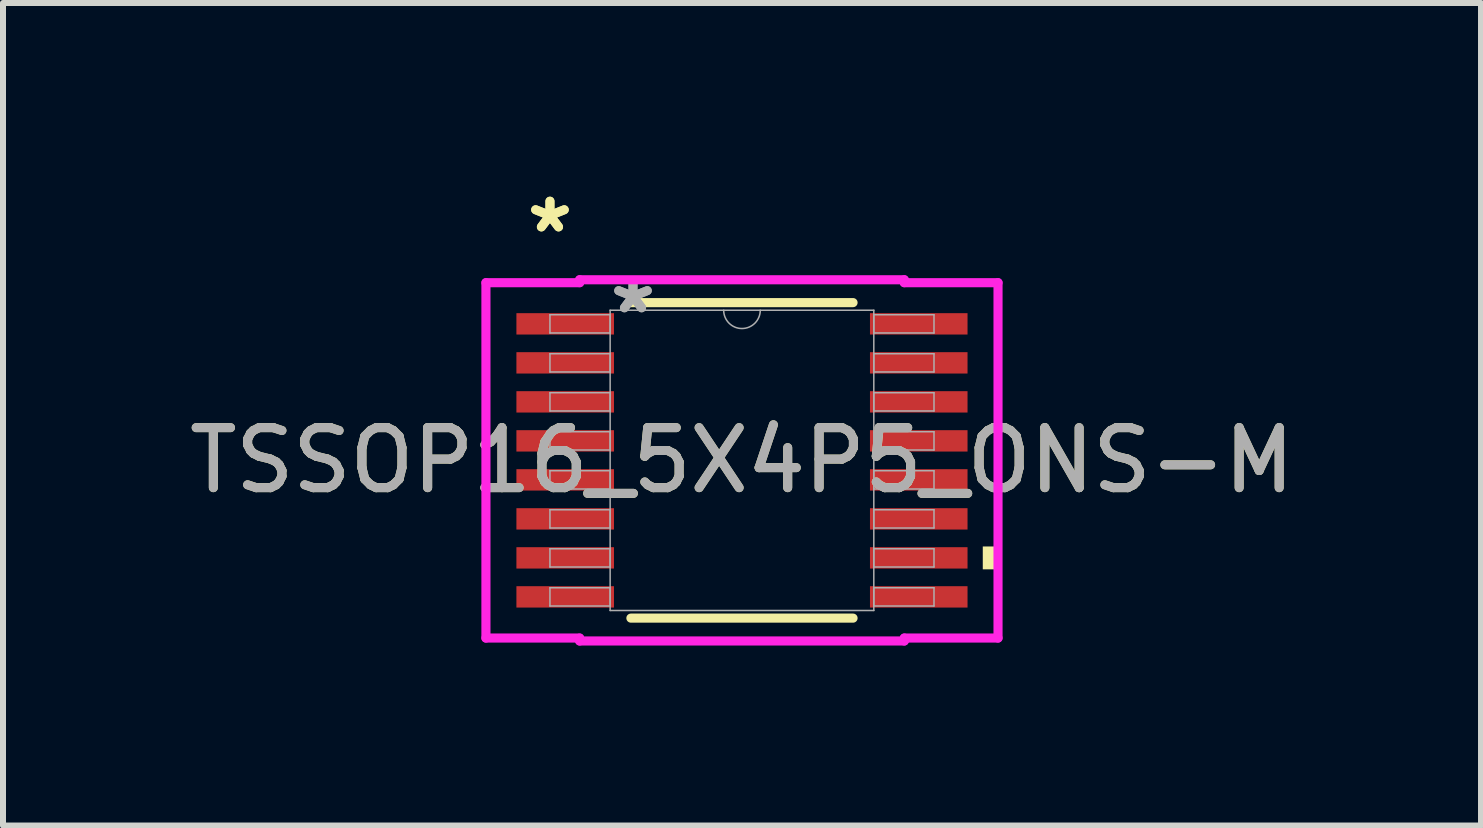
<source format=kicad_pcb>
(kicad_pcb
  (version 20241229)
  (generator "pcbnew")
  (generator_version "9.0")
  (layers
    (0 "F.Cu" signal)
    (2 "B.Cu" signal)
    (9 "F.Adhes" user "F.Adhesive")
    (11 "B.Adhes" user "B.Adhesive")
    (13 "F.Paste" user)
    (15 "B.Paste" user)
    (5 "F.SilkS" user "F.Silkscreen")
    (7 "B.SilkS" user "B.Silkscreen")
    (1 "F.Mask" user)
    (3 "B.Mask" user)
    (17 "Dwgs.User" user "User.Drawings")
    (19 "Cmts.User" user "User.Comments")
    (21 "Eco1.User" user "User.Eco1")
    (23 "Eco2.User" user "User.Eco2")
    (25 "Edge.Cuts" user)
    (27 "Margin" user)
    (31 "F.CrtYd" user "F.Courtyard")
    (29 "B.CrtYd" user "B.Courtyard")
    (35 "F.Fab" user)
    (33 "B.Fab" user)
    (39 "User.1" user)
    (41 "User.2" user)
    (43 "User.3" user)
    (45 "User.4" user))
  (footprint "TSSOP16_5X4P5_ONS-M"
    (layer "F.Cu")
    (at 9.315 4.622)
    (property "Reference" "TSSOP16_5X4P5_ONS-M" (at 0 0 0) (unlocked yes) (layer "F.SilkS") (effects (font (size 1 1) (thickness 0.15))))
    (attr smd)
    (fp_line (start -1.851 2.629) (end 1.851 2.629) (stroke (width 0.152) (type solid)) (layer "F.SilkS"))
    (fp_line (start 1.851 -2.629) (end -1.851 -2.629) (stroke (width 0.152) (type solid)) (layer "F.SilkS"))
    (fp_poly (pts (xy 4.267 1.435) (xy 4.267 1.816) (xy 4.013 1.816) (xy 4.013 1.435)) (stroke (width 0) (type solid)) (fill yes) (layer "F.SilkS"))
    (fp_line (start -4.267 -2.961) (end -2.705 -2.961) (stroke (width 0.152) (type solid)) (layer "F.CrtYd"))
    (fp_line (start -4.267 2.961) (end -4.267 -2.961) (stroke (width 0.152) (type solid)) (layer "F.CrtYd"))
    (fp_line (start -4.267 2.961) (end -2.705 2.961) (stroke (width 0.152) (type solid)) (layer "F.CrtYd"))
    (fp_line (start -2.705 -3.01) (end 2.705 -3.01) (stroke (width 0.152) (type solid)) (layer "F.CrtYd"))
    (fp_line (start -2.705 -2.961) (end -2.705 -3.01) (stroke (width 0.152) (type solid)) (layer "F.CrtYd"))
    (fp_line (start -2.705 3.01) (end -2.705 2.961) (stroke (width 0.152) (type solid)) (layer "F.CrtYd"))
    (fp_line (start 2.705 -3.01) (end 2.705 -2.961) (stroke (width 0.152) (type solid)) (layer "F.CrtYd"))
    (fp_line (start 2.705 2.961) (end 2.705 3.01) (stroke (width 0.152) (type solid)) (layer "F.CrtYd"))
    (fp_line (start 2.705 3.01) (end -2.705 3.01) (stroke (width 0.152) (type solid)) (layer "F.CrtYd"))
    (fp_line (start 4.267 -2.961) (end 2.705 -2.961) (stroke (width 0.152) (type solid)) (layer "F.CrtYd"))
    (fp_line (start 4.267 -2.961) (end 4.267 2.961) (stroke (width 0.152) (type solid)) (layer "F.CrtYd"))
    (fp_line (start 4.267 2.961) (end 2.705 2.961) (stroke (width 0.152) (type solid)) (layer "F.CrtYd"))
    (fp_line (start -3.2 -2.427) (end -3.2 -2.123) (stroke (width 0.025) (type solid)) (layer "F.Fab"))
    (fp_line (start -3.2 -2.123) (end -2.197 -2.123) (stroke (width 0.025) (type solid)) (layer "F.Fab"))
    (fp_line (start -3.2 -1.777) (end -3.2 -1.473) (stroke (width 0.025) (type solid)) (layer "F.Fab"))
    (fp_line (start -3.2 -1.473) (end -2.197 -1.473) (stroke (width 0.025) (type solid)) (layer "F.Fab"))
    (fp_line (start -3.2 -1.127) (end -3.2 -0.823) (stroke (width 0.025) (type solid)) (layer "F.Fab"))
    (fp_line (start -3.2 -0.823) (end -2.197 -0.823) (stroke (width 0.025) (type solid)) (layer "F.Fab"))
    (fp_line (start -3.2 -0.477) (end -3.2 -0.173) (stroke (width 0.025) (type solid)) (layer "F.Fab"))
    (fp_line (start -3.2 -0.173) (end -2.197 -0.173) (stroke (width 0.025) (type solid)) (layer "F.Fab"))
    (fp_line (start -3.2 0.173) (end -3.2 0.477) (stroke (width 0.025) (type solid)) (layer "F.Fab"))
    (fp_line (start -3.2 0.477) (end -2.197 0.477) (stroke (width 0.025) (type solid)) (layer "F.Fab"))
    (fp_line (start -3.2 0.823) (end -3.2 1.127) (stroke (width 0.025) (type solid)) (layer "F.Fab"))
    (fp_line (start -3.2 1.127) (end -2.197 1.127) (stroke (width 0.025) (type solid)) (layer "F.Fab"))
    (fp_line (start -3.2 1.473) (end -3.2 1.777) (stroke (width 0.025) (type solid)) (layer "F.Fab"))
    (fp_line (start -3.2 1.777) (end -2.197 1.777) (stroke (width 0.025) (type solid)) (layer "F.Fab"))
    (fp_line (start -3.2 2.123) (end -3.2 2.427) (stroke (width 0.025) (type solid)) (layer "F.Fab"))
    (fp_line (start -3.2 2.427) (end -2.197 2.427) (stroke (width 0.025) (type solid)) (layer "F.Fab"))
    (fp_line (start -2.197 -2.502) (end -2.197 2.502) (stroke (width 0.025) (type solid)) (layer "F.Fab"))
    (fp_line (start -2.197 -2.427) (end -3.2 -2.427) (stroke (width 0.025) (type solid)) (layer "F.Fab"))
    (fp_line (start -2.197 -2.123) (end -2.197 -2.427) (stroke (width 0.025) (type solid)) (layer "F.Fab"))
    (fp_line (start -2.197 -1.777) (end -3.2 -1.777) (stroke (width 0.025) (type solid)) (layer "F.Fab"))
    (fp_line (start -2.197 -1.473) (end -2.197 -1.777) (stroke (width 0.025) (type solid)) (layer "F.Fab"))
    (fp_line (start -2.197 -1.127) (end -3.2 -1.127) (stroke (width 0.025) (type solid)) (layer "F.Fab"))
    (fp_line (start -2.197 -0.823) (end -2.197 -1.127) (stroke (width 0.025) (type solid)) (layer "F.Fab"))
    (fp_line (start -2.197 -0.477) (end -3.2 -0.477) (stroke (width 0.025) (type solid)) (layer "F.Fab"))
    (fp_line (start -2.197 -0.173) (end -2.197 -0.477) (stroke (width 0.025) (type solid)) (layer "F.Fab"))
    (fp_line (start -2.197 0.173) (end -3.2 0.173) (stroke (width 0.025) (type solid)) (layer "F.Fab"))
    (fp_line (start -2.197 0.477) (end -2.197 0.173) (stroke (width 0.025) (type solid)) (layer "F.Fab"))
    (fp_line (start -2.197 0.823) (end -3.2 0.823) (stroke (width 0.025) (type solid)) (layer "F.Fab"))
    (fp_line (start -2.197 1.127) (end -2.197 0.823) (stroke (width 0.025) (type solid)) (layer "F.Fab"))
    (fp_line (start -2.197 1.473) (end -3.2 1.473) (stroke (width 0.025) (type solid)) (layer "F.Fab"))
    (fp_line (start -2.197 1.777) (end -2.197 1.473) (stroke (width 0.025) (type solid)) (layer "F.Fab"))
    (fp_line (start -2.197 2.123) (end -3.2 2.123) (stroke (width 0.025) (type solid)) (layer "F.Fab"))
    (fp_line (start -2.197 2.427) (end -2.197 2.123) (stroke (width 0.025) (type solid)) (layer "F.Fab"))
    (fp_line (start -2.197 2.502) (end 2.197 2.502) (stroke (width 0.025) (type solid)) (layer "F.Fab"))
    (fp_line (start 2.197 -2.502) (end -2.197 -2.502) (stroke (width 0.025) (type solid)) (layer "F.Fab"))
    (fp_line (start 2.197 -2.427) (end 2.197 -2.123) (stroke (width 0.025) (type solid)) (layer "F.Fab"))
    (fp_line (start 2.197 -2.123) (end 3.2 -2.123) (stroke (width 0.025) (type solid)) (layer "F.Fab"))
    (fp_line (start 2.197 -1.777) (end 2.197 -1.473) (stroke (width 0.025) (type solid)) (layer "F.Fab"))
    (fp_line (start 2.197 -1.473) (end 3.2 -1.473) (stroke (width 0.025) (type solid)) (layer "F.Fab"))
    (fp_line (start 2.197 -1.127) (end 2.197 -0.823) (stroke (width 0.025) (type solid)) (layer "F.Fab"))
    (fp_line (start 2.197 -0.823) (end 3.2 -0.823) (stroke (width 0.025) (type solid)) (layer "F.Fab"))
    (fp_line (start 2.197 -0.477) (end 2.197 -0.173) (stroke (width 0.025) (type solid)) (layer "F.Fab"))
    (fp_line (start 2.197 -0.173) (end 3.2 -0.173) (stroke (width 0.025) (type solid)) (layer "F.Fab"))
    (fp_line (start 2.197 0.173) (end 2.197 0.477) (stroke (width 0.025) (type solid)) (layer "F.Fab"))
    (fp_line (start 2.197 0.477) (end 3.2 0.477) (stroke (width 0.025) (type solid)) (layer "F.Fab"))
    (fp_line (start 2.197 0.823) (end 2.197 1.127) (stroke (width 0.025) (type solid)) (layer "F.Fab"))
    (fp_line (start 2.197 1.127) (end 3.2 1.127) (stroke (width 0.025) (type solid)) (layer "F.Fab"))
    (fp_line (start 2.197 1.473) (end 2.197 1.777) (stroke (width 0.025) (type solid)) (layer "F.Fab"))
    (fp_line (start 2.197 1.777) (end 3.2 1.777) (stroke (width 0.025) (type solid)) (layer "F.Fab"))
    (fp_line (start 2.197 2.123) (end 2.197 2.427) (stroke (width 0.025) (type solid)) (layer "F.Fab"))
    (fp_line (start 2.197 2.427) (end 3.2 2.427) (stroke (width 0.025) (type solid)) (layer "F.Fab"))
    (fp_line (start 2.197 2.502) (end 2.197 -2.502) (stroke (width 0.025) (type solid)) (layer "F.Fab"))
    (fp_line (start 3.2 -2.427) (end 2.197 -2.427) (stroke (width 0.025) (type solid)) (layer "F.Fab"))
    (fp_line (start 3.2 -2.123) (end 3.2 -2.427) (stroke (width 0.025) (type solid)) (layer "F.Fab"))
    (fp_line (start 3.2 -1.777) (end 2.197 -1.777) (stroke (width 0.025) (type solid)) (layer "F.Fab"))
    (fp_line (start 3.2 -1.473) (end 3.2 -1.777) (stroke (width 0.025) (type solid)) (layer "F.Fab"))
    (fp_line (start 3.2 -1.127) (end 2.197 -1.127) (stroke (width 0.025) (type solid)) (layer "F.Fab"))
    (fp_line (start 3.2 -0.823) (end 3.2 -1.127) (stroke (width 0.025) (type solid)) (layer "F.Fab"))
    (fp_line (start 3.2 -0.477) (end 2.197 -0.477) (stroke (width 0.025) (type solid)) (layer "F.Fab"))
    (fp_line (start 3.2 -0.173) (end 3.2 -0.477) (stroke (width 0.025) (type solid)) (layer "F.Fab"))
    (fp_line (start 3.2 0.173) (end 2.197 0.173) (stroke (width 0.025) (type solid)) (layer "F.Fab"))
    (fp_line (start 3.2 0.477) (end 3.2 0.173) (stroke (width 0.025) (type solid)) (layer "F.Fab"))
    (fp_line (start 3.2 0.823) (end 2.197 0.823) (stroke (width 0.025) (type solid)) (layer "F.Fab"))
    (fp_line (start 3.2 1.127) (end 3.2 0.823) (stroke (width 0.025) (type solid)) (layer "F.Fab"))
    (fp_line (start 3.2 1.473) (end 2.197 1.473) (stroke (width 0.025) (type solid)) (layer "F.Fab"))
    (fp_line (start 3.2 1.777) (end 3.2 1.473) (stroke (width 0.025) (type solid)) (layer "F.Fab"))
    (fp_line (start 3.2 2.123) (end 2.197 2.123) (stroke (width 0.025) (type solid)) (layer "F.Fab"))
    (fp_line (start 3.2 2.427) (end 3.2 2.123) (stroke (width 0.025) (type solid)) (layer "F.Fab"))
    (fp_arc (start 0.3048 -2.5019) (mid 0 -2.1971) (end -0.3048 -2.5019) (stroke (width 0.0254) (type solid)) (layer "F.Fab"))
    (fp_text user "*" (at -3.2 -3.774 0) (layer "F.SilkS") (effects (font (size 1 1) (thickness 0.15))))
    (fp_text user "*" (at -3.2 -3.774 0) (unlocked yes) (layer "F.SilkS") (effects (font (size 1 1) (thickness 0.15))))
    (fp_text user "*" (at -1.816 -2.426 0) (layer "F.Fab") (effects (font (size 1 1) (thickness 0.15))))
    (fp_text user "${REFERENCE}" (at 0 0 0) (unlocked yes) (layer "F.Fab") (effects (font (size 1 1) (thickness 0.15))))
    (fp_text user "*" (at -1.816 -2.426 0) (unlocked yes) (layer "F.Fab") (effects (font (size 1 1) (thickness 0.15))))
    (pad "1" smd rect (at -2.946 -2.275) (size 1.626 0.356) (layers "F.Cu" "F.Mask" "F.Paste"))
    (pad "2" smd rect (at -2.946 -1.625) (size 1.626 0.356) (layers "F.Cu" "F.Mask" "F.Paste"))
    (pad "3" smd rect (at -2.946 -0.975) (size 1.626 0.356) (layers "F.Cu" "F.Mask" "F.Paste"))
    (pad "4" smd rect (at -2.946 -0.325) (size 1.626 0.356) (layers "F.Cu" "F.Mask" "F.Paste"))
    (pad "5" smd rect (at -2.946 0.325) (size 1.626 0.356) (layers "F.Cu" "F.Mask" "F.Paste"))
    (pad "6" smd rect (at -2.946 0.975) (size 1.626 0.356) (layers "F.Cu" "F.Mask" "F.Paste"))
    (pad "7" smd rect (at -2.946 1.625) (size 1.626 0.356) (layers "F.Cu" "F.Mask" "F.Paste"))
    (pad "8" smd rect (at -2.946 2.275) (size 1.626 0.356) (layers "F.Cu" "F.Mask" "F.Paste"))
    (pad "9" smd rect (at 2.946 2.275) (size 1.626 0.356) (layers "F.Cu" "F.Mask" "F.Paste"))
    (pad "10" smd rect (at 2.946 1.625) (size 1.626 0.356) (layers "F.Cu" "F.Mask" "F.Paste"))
    (pad "11" smd rect (at 2.946 0.975) (size 1.626 0.356) (layers "F.Cu" "F.Mask" "F.Paste"))
    (pad "12" smd rect (at 2.946 0.325) (size 1.626 0.356) (layers "F.Cu" "F.Mask" "F.Paste"))
    (pad "13" smd rect (at 2.946 -0.325) (size 1.626 0.356) (layers "F.Cu" "F.Mask" "F.Paste"))
    (pad "14" smd rect (at 2.946 -0.975) (size 1.626 0.356) (layers "F.Cu" "F.Mask" "F.Paste"))
    (pad "15" smd rect (at 2.946 -1.625) (size 1.626 0.356) (layers "F.Cu" "F.Mask" "F.Paste"))
    (pad "16" smd rect (at 2.946 -2.275) (size 1.626 0.356) (layers "F.Cu" "F.Mask" "F.Paste")))
  (gr_rect
    (start -3 -3)
    (end 21.631 10.708)
    (stroke (width 0.1) (type default))
    (fill no)
    (layer "Edge.Cuts")))
</source>
